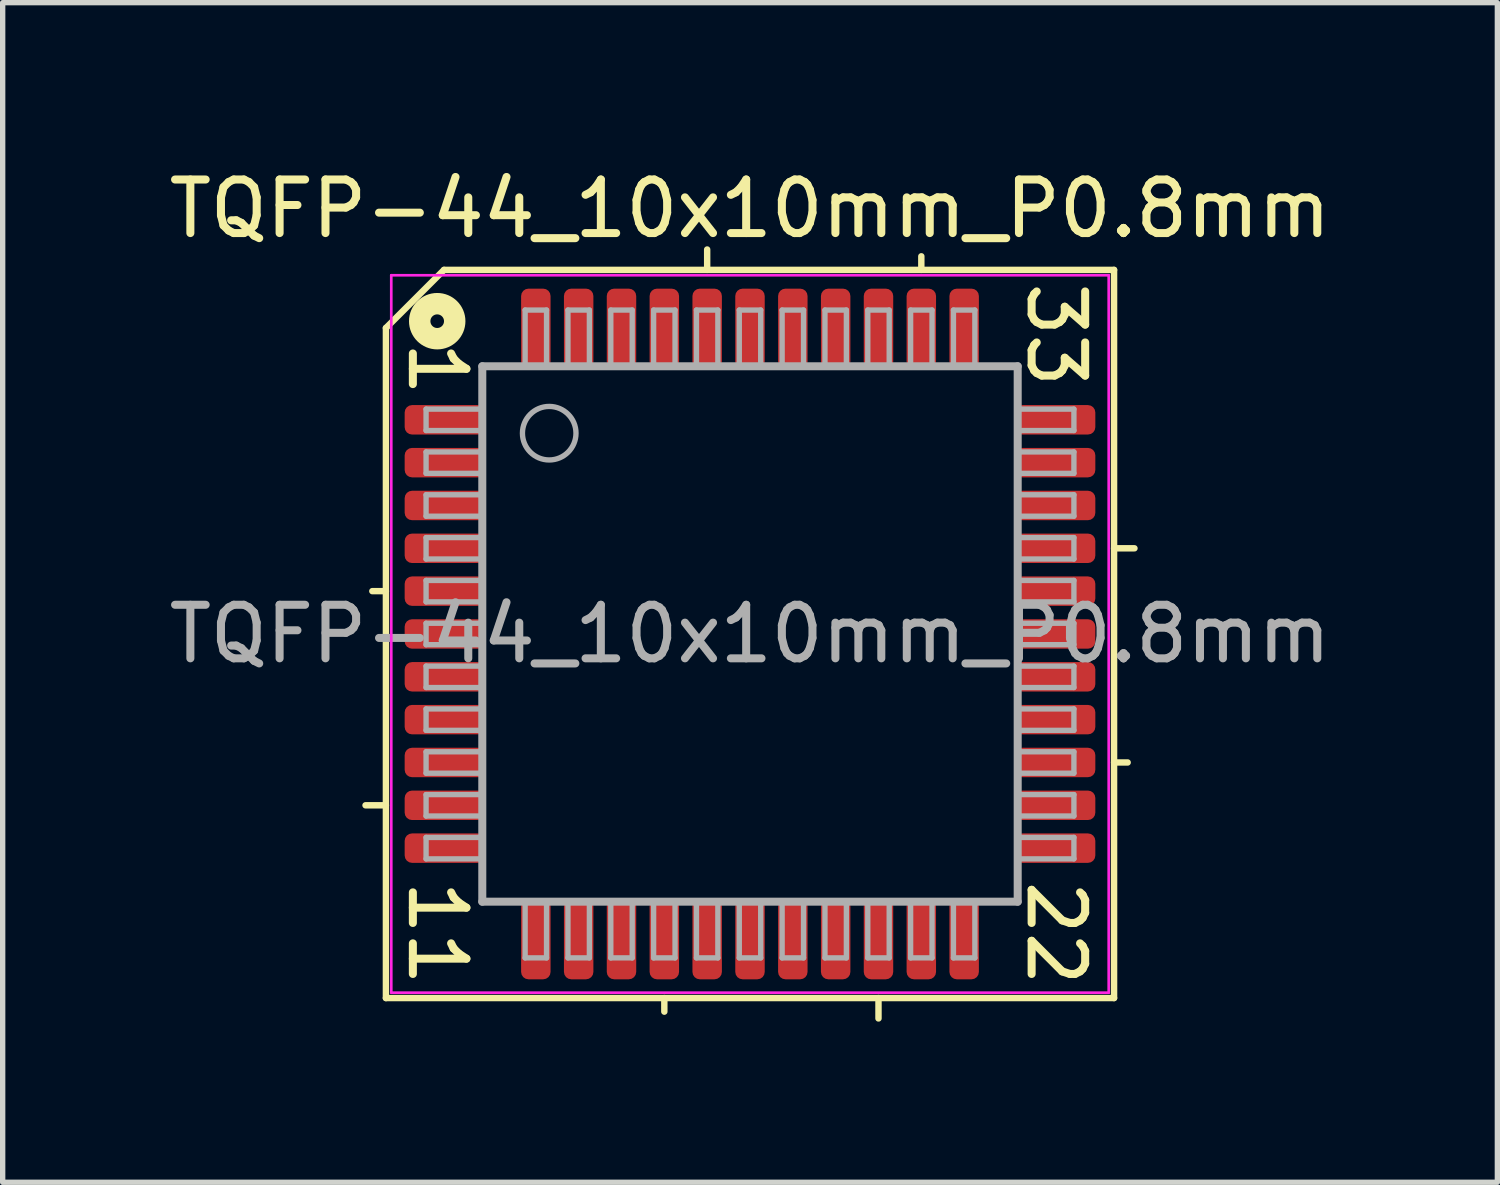
<source format=kicad_pcb>
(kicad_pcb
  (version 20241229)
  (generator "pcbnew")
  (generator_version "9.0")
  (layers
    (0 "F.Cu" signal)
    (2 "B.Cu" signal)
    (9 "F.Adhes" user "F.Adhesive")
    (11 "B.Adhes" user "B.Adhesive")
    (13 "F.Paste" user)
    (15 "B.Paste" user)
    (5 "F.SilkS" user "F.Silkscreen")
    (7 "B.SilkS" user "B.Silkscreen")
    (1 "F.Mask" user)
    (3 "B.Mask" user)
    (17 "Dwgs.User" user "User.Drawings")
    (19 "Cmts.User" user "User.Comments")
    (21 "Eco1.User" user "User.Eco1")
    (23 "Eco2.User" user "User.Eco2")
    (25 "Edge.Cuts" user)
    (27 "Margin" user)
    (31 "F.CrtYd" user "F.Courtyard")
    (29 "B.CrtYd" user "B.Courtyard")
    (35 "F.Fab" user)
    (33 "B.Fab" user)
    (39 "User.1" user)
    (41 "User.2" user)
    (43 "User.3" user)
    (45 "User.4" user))
  (footprint "TQFP-44_10x10mm_P0.8mm"
    (layer "F.Cu")
    (at 10.958 8.791)
    (property "Reference" "TQFP-44_10x10mm_P0.8mm" (at 0 -7.943 0) (layer "F.SilkS") (effects (font (size 1 1) (thickness 0.15))))
    (attr smd)
    (fp_line (start -6.8 -5.715) (end -6.8 6.8) (stroke (width 0.12) (type solid)) (layer "F.SilkS"))
    (fp_line (start -6.8 -0.8) (end -7.054 -0.8) (stroke (width 0.12) (type solid)) (layer "F.SilkS"))
    (fp_line (start -6.8 3.2) (end -7.181 3.2) (stroke (width 0.12) (type solid)) (layer "F.SilkS"))
    (fp_line (start -6.8 6.8) (end 6.8 6.8) (stroke (width 0.12) (type solid)) (layer "F.SilkS"))
    (fp_line (start -5.715 -6.8) (end -6.8 -5.715) (stroke (width 0.12) (type solid)) (layer "F.SilkS"))
    (fp_line (start -1.6 6.8) (end -1.6 7.054) (stroke (width 0.12) (type solid)) (layer "F.SilkS"))
    (fp_line (start -0.8 -6.8) (end -0.8 -7.181) (stroke (width 0.12) (type solid)) (layer "F.SilkS"))
    (fp_line (start 2.4 6.8) (end 2.4 7.181) (stroke (width 0.12) (type solid)) (layer "F.SilkS"))
    (fp_line (start 3.2 -6.8) (end 3.2 -7.054) (stroke (width 0.12) (type solid)) (layer "F.SilkS"))
    (fp_line (start 6.8 -6.8) (end -5.715 -6.8) (stroke (width 0.12) (type solid)) (layer "F.SilkS"))
    (fp_line (start 6.8 -1.6) (end 7.181 -1.6) (stroke (width 0.12) (type solid)) (layer "F.SilkS"))
    (fp_line (start 6.8 2.4) (end 7.054 2.4) (stroke (width 0.12) (type solid)) (layer "F.SilkS"))
    (fp_line (start 6.8 6.8) (end 6.8 -6.8) (stroke (width 0.12) (type solid)) (layer "F.SilkS"))
    (fp_circle (center -5.842 -5.842) (end -5.715 -5.842) (stroke (width 0.4) (type solid)) (fill no) (layer "F.SilkS"))
    (fp_line (start -6.7 -6.7) (end -6.7 6.7) (stroke (width 0.05) (type solid)) (layer "F.CrtYd"))
    (fp_line (start -6.7 -6.7) (end 6.7 -6.7) (stroke (width 0.05) (type solid)) (layer "F.CrtYd"))
    (fp_line (start -6.7 6.7) (end 6.7 6.7) (stroke (width 0.05) (type solid)) (layer "F.CrtYd"))
    (fp_line (start 6.7 -6.7) (end 6.7 6.7) (stroke (width 0.05) (type solid)) (layer "F.CrtYd"))
    (fp_line (start -6.05 -4.2) (end -6.05 -3.8) (stroke (width 0.1) (type solid)) (layer "F.Fab"))
    (fp_line (start -6.05 -4.2) (end -5 -4.2) (stroke (width 0.1) (type solid)) (layer "F.Fab"))
    (fp_line (start -6.05 -3.8) (end -5 -3.8) (stroke (width 0.1) (type solid)) (layer "F.Fab"))
    (fp_line (start -6.05 -3.4) (end -6.05 -3) (stroke (width 0.1) (type solid)) (layer "F.Fab"))
    (fp_line (start -6.05 -3.4) (end -5 -3.4) (stroke (width 0.1) (type solid)) (layer "F.Fab"))
    (fp_line (start -6.05 -3) (end -5 -3) (stroke (width 0.1) (type solid)) (layer "F.Fab"))
    (fp_line (start -6.05 -2.6) (end -6.05 -2.2) (stroke (width 0.1) (type solid)) (layer "F.Fab"))
    (fp_line (start -6.05 -2.6) (end -5 -2.6) (stroke (width 0.1) (type solid)) (layer "F.Fab"))
    (fp_line (start -6.05 -2.2) (end -5 -2.2) (stroke (width 0.1) (type solid)) (layer "F.Fab"))
    (fp_line (start -6.05 -1.8) (end -6.05 -1.4) (stroke (width 0.1) (type solid)) (layer "F.Fab"))
    (fp_line (start -6.05 -1.8) (end -5 -1.8) (stroke (width 0.1) (type solid)) (layer "F.Fab"))
    (fp_line (start -6.05 -1.4) (end -5 -1.4) (stroke (width 0.1) (type solid)) (layer "F.Fab"))
    (fp_line (start -6.05 -1) (end -6.05 -0.6) (stroke (width 0.1) (type solid)) (layer "F.Fab"))
    (fp_line (start -6.05 -1) (end -5 -1) (stroke (width 0.1) (type solid)) (layer "F.Fab"))
    (fp_line (start -6.05 -0.6) (end -5 -0.6) (stroke (width 0.1) (type solid)) (layer "F.Fab"))
    (fp_line (start -6.05 -0.2) (end -6.05 0.2) (stroke (width 0.1) (type solid)) (layer "F.Fab"))
    (fp_line (start -6.05 -0.2) (end -5 -0.2) (stroke (width 0.1) (type solid)) (layer "F.Fab"))
    (fp_line (start -6.05 0.2) (end -5 0.2) (stroke (width 0.1) (type solid)) (layer "F.Fab"))
    (fp_line (start -6.05 0.6) (end -6.05 1) (stroke (width 0.1) (type solid)) (layer "F.Fab"))
    (fp_line (start -6.05 0.6) (end -5 0.6) (stroke (width 0.1) (type solid)) (layer "F.Fab"))
    (fp_line (start -6.05 1) (end -5 1) (stroke (width 0.1) (type solid)) (layer "F.Fab"))
    (fp_line (start -6.05 1.4) (end -6.05 1.8) (stroke (width 0.1) (type solid)) (layer "F.Fab"))
    (fp_line (start -6.05 1.4) (end -5 1.4) (stroke (width 0.1) (type solid)) (layer "F.Fab"))
    (fp_line (start -6.05 1.8) (end -5 1.8) (stroke (width 0.1) (type solid)) (layer "F.Fab"))
    (fp_line (start -6.05 2.2) (end -6.05 2.6) (stroke (width 0.1) (type solid)) (layer "F.Fab"))
    (fp_line (start -6.05 2.2) (end -5 2.2) (stroke (width 0.1) (type solid)) (layer "F.Fab"))
    (fp_line (start -6.05 2.6) (end -5 2.6) (stroke (width 0.1) (type solid)) (layer "F.Fab"))
    (fp_line (start -6.05 3) (end -6.05 3.4) (stroke (width 0.1) (type solid)) (layer "F.Fab"))
    (fp_line (start -6.05 3) (end -5 3) (stroke (width 0.1) (type solid)) (layer "F.Fab"))
    (fp_line (start -6.05 3.4) (end -5 3.4) (stroke (width 0.1) (type solid)) (layer "F.Fab"))
    (fp_line (start -6.05 3.8) (end -6.05 4.2) (stroke (width 0.1) (type solid)) (layer "F.Fab"))
    (fp_line (start -6.05 3.8) (end -5 3.8) (stroke (width 0.1) (type solid)) (layer "F.Fab"))
    (fp_line (start -6.05 4.2) (end -5 4.2) (stroke (width 0.1) (type solid)) (layer "F.Fab"))
    (fp_line (start -5 -5) (end 5 -5) (stroke (width 0.15) (type solid)) (layer "F.Fab"))
    (fp_line (start -5 5) (end -5 -5) (stroke (width 0.15) (type solid)) (layer "F.Fab"))
    (fp_line (start -4.2 -6.05) (end -4.2 -5) (stroke (width 0.1) (type solid)) (layer "F.Fab"))
    (fp_line (start -4.2 6.05) (end -4.2 5) (stroke (width 0.1) (type solid)) (layer "F.Fab"))
    (fp_line (start -4.2 6.05) (end -3.8 6.05) (stroke (width 0.1) (type solid)) (layer "F.Fab"))
    (fp_line (start -3.8 -6.05) (end -4.2 -6.05) (stroke (width 0.1) (type solid)) (layer "F.Fab"))
    (fp_line (start -3.8 -6.05) (end -3.8 -5) (stroke (width 0.1) (type solid)) (layer "F.Fab"))
    (fp_line (start -3.8 6.05) (end -3.8 5) (stroke (width 0.1) (type solid)) (layer "F.Fab"))
    (fp_line (start -3.4 -6.05) (end -3.4 -5) (stroke (width 0.1) (type solid)) (layer "F.Fab"))
    (fp_line (start -3.4 6.05) (end -3.4 5) (stroke (width 0.1) (type solid)) (layer "F.Fab"))
    (fp_line (start -3.4 6.05) (end -3 6.05) (stroke (width 0.1) (type solid)) (layer "F.Fab"))
    (fp_line (start -3 -6.05) (end -3.4 -6.05) (stroke (width 0.1) (type solid)) (layer "F.Fab"))
    (fp_line (start -3 -6.05) (end -3 -5) (stroke (width 0.1) (type solid)) (layer "F.Fab"))
    (fp_line (start -3 6.05) (end -3 5) (stroke (width 0.1) (type solid)) (layer "F.Fab"))
    (fp_line (start -2.6 -6.05) (end -2.6 -5) (stroke (width 0.1) (type solid)) (layer "F.Fab"))
    (fp_line (start -2.6 6.05) (end -2.6 5) (stroke (width 0.1) (type solid)) (layer "F.Fab"))
    (fp_line (start -2.6 6.05) (end -2.2 6.05) (stroke (width 0.1) (type solid)) (layer "F.Fab"))
    (fp_line (start -2.2 -6.05) (end -2.6 -6.05) (stroke (width 0.1) (type solid)) (layer "F.Fab"))
    (fp_line (start -2.2 -6.05) (end -2.2 -5) (stroke (width 0.1) (type solid)) (layer "F.Fab"))
    (fp_line (start -2.2 6.05) (end -2.2 5) (stroke (width 0.1) (type solid)) (layer "F.Fab"))
    (fp_line (start -1.8 -6.05) (end -1.8 -5) (stroke (width 0.1) (type solid)) (layer "F.Fab"))
    (fp_line (start -1.8 6.05) (end -1.8 5) (stroke (width 0.1) (type solid)) (layer "F.Fab"))
    (fp_line (start -1.8 6.05) (end -1.4 6.05) (stroke (width 0.1) (type solid)) (layer "F.Fab"))
    (fp_line (start -1.4 -6.05) (end -1.8 -6.05) (stroke (width 0.1) (type solid)) (layer "F.Fab"))
    (fp_line (start -1.4 -6.05) (end -1.4 -5) (stroke (width 0.1) (type solid)) (layer "F.Fab"))
    (fp_line (start -1.4 6.05) (end -1.4 5) (stroke (width 0.1) (type solid)) (layer "F.Fab"))
    (fp_line (start -1 -6.05) (end -1 -5) (stroke (width 0.1) (type solid)) (layer "F.Fab"))
    (fp_line (start -1 6.05) (end -1 5) (stroke (width 0.1) (type solid)) (layer "F.Fab"))
    (fp_line (start -1 6.05) (end -0.6 6.05) (stroke (width 0.1) (type solid)) (layer "F.Fab"))
    (fp_line (start -0.6 -6.05) (end -1 -6.05) (stroke (width 0.1) (type solid)) (layer "F.Fab"))
    (fp_line (start -0.6 -6.05) (end -0.6 -5) (stroke (width 0.1) (type solid)) (layer "F.Fab"))
    (fp_line (start -0.6 6.05) (end -0.6 5) (stroke (width 0.1) (type solid)) (layer "F.Fab"))
    (fp_line (start -0.2 -6.05) (end -0.2 -5) (stroke (width 0.1) (type solid)) (layer "F.Fab"))
    (fp_line (start -0.2 6.05) (end -0.2 5) (stroke (width 0.1) (type solid)) (layer "F.Fab"))
    (fp_line (start -0.2 6.05) (end 0.2 6.05) (stroke (width 0.1) (type solid)) (layer "F.Fab"))
    (fp_line (start 0.2 -6.05) (end -0.2 -6.05) (stroke (width 0.1) (type solid)) (layer "F.Fab"))
    (fp_line (start 0.2 -6.05) (end 0.2 -5) (stroke (width 0.1) (type solid)) (layer "F.Fab"))
    (fp_line (start 0.2 6.05) (end 0.2 5) (stroke (width 0.1) (type solid)) (layer "F.Fab"))
    (fp_line (start 0.6 -6.05) (end 0.6 -5) (stroke (width 0.1) (type solid)) (layer "F.Fab"))
    (fp_line (start 0.6 6.05) (end 0.6 5) (stroke (width 0.1) (type solid)) (layer "F.Fab"))
    (fp_line (start 0.6 6.05) (end 1 6.05) (stroke (width 0.1) (type solid)) (layer "F.Fab"))
    (fp_line (start 1 -6.05) (end 0.6 -6.05) (stroke (width 0.1) (type solid)) (layer "F.Fab"))
    (fp_line (start 1 -6.05) (end 1 -5) (stroke (width 0.1) (type solid)) (layer "F.Fab"))
    (fp_line (start 1 6.05) (end 1 5) (stroke (width 0.1) (type solid)) (layer "F.Fab"))
    (fp_line (start 1.4 -6.05) (end 1.4 -5) (stroke (width 0.1) (type solid)) (layer "F.Fab"))
    (fp_line (start 1.4 6.05) (end 1.4 5) (stroke (width 0.1) (type solid)) (layer "F.Fab"))
    (fp_line (start 1.4 6.05) (end 1.8 6.05) (stroke (width 0.1) (type solid)) (layer "F.Fab"))
    (fp_line (start 1.8 -6.05) (end 1.4 -6.05) (stroke (width 0.1) (type solid)) (layer "F.Fab"))
    (fp_line (start 1.8 -6.05) (end 1.8 -5) (stroke (width 0.1) (type solid)) (layer "F.Fab"))
    (fp_line (start 1.8 6.05) (end 1.8 5) (stroke (width 0.1) (type solid)) (layer "F.Fab"))
    (fp_line (start 2.2 -6.05) (end 2.2 -5) (stroke (width 0.1) (type solid)) (layer "F.Fab"))
    (fp_line (start 2.2 6.05) (end 2.2 5) (stroke (width 0.1) (type solid)) (layer "F.Fab"))
    (fp_line (start 2.2 6.05) (end 2.6 6.05) (stroke (width 0.1) (type solid)) (layer "F.Fab"))
    (fp_line (start 2.6 -6.05) (end 2.2 -6.05) (stroke (width 0.1) (type solid)) (layer "F.Fab"))
    (fp_line (start 2.6 -6.05) (end 2.6 -5) (stroke (width 0.1) (type solid)) (layer "F.Fab"))
    (fp_line (start 2.6 6.05) (end 2.6 5) (stroke (width 0.1) (type solid)) (layer "F.Fab"))
    (fp_line (start 3 -6.05) (end 3 -5) (stroke (width 0.1) (type solid)) (layer "F.Fab"))
    (fp_line (start 3 6.05) (end 3 5) (stroke (width 0.1) (type solid)) (layer "F.Fab"))
    (fp_line (start 3 6.05) (end 3.4 6.05) (stroke (width 0.1) (type solid)) (layer "F.Fab"))
    (fp_line (start 3.4 -6.05) (end 3 -6.05) (stroke (width 0.1) (type solid)) (layer "F.Fab"))
    (fp_line (start 3.4 -6.05) (end 3.4 -5) (stroke (width 0.1) (type solid)) (layer "F.Fab"))
    (fp_line (start 3.4 6.05) (end 3.4 5) (stroke (width 0.1) (type solid)) (layer "F.Fab"))
    (fp_line (start 3.8 -6.05) (end 3.8 -5) (stroke (width 0.1) (type solid)) (layer "F.Fab"))
    (fp_line (start 3.8 6.05) (end 3.8 5) (stroke (width 0.1) (type solid)) (layer "F.Fab"))
    (fp_line (start 3.8 6.05) (end 4.2 6.05) (stroke (width 0.1) (type solid)) (layer "F.Fab"))
    (fp_line (start 4.2 -6.05) (end 3.8 -6.05) (stroke (width 0.1) (type solid)) (layer "F.Fab"))
    (fp_line (start 4.2 -6.05) (end 4.2 -5) (stroke (width 0.1) (type solid)) (layer "F.Fab"))
    (fp_line (start 4.2 6.05) (end 4.2 5) (stroke (width 0.1) (type solid)) (layer "F.Fab"))
    (fp_line (start 5 -5) (end 5 5) (stroke (width 0.15) (type solid)) (layer "F.Fab"))
    (fp_line (start 5 5) (end -5 5) (stroke (width 0.15) (type solid)) (layer "F.Fab"))
    (fp_line (start 6.05 -4.2) (end 5 -4.2) (stroke (width 0.1) (type solid)) (layer "F.Fab"))
    (fp_line (start 6.05 -3.8) (end 5 -3.8) (stroke (width 0.1) (type solid)) (layer "F.Fab"))
    (fp_line (start 6.05 -3.8) (end 6.05 -4.2) (stroke (width 0.1) (type solid)) (layer "F.Fab"))
    (fp_line (start 6.05 -3.4) (end 5 -3.4) (stroke (width 0.1) (type solid)) (layer "F.Fab"))
    (fp_line (start 6.05 -3) (end 5 -3) (stroke (width 0.1) (type solid)) (layer "F.Fab"))
    (fp_line (start 6.05 -3) (end 6.05 -3.4) (stroke (width 0.1) (type solid)) (layer "F.Fab"))
    (fp_line (start 6.05 -2.6) (end 5 -2.6) (stroke (width 0.1) (type solid)) (layer "F.Fab"))
    (fp_line (start 6.05 -2.2) (end 5 -2.2) (stroke (width 0.1) (type solid)) (layer "F.Fab"))
    (fp_line (start 6.05 -2.2) (end 6.05 -2.6) (stroke (width 0.1) (type solid)) (layer "F.Fab"))
    (fp_line (start 6.05 -1.8) (end 5 -1.8) (stroke (width 0.1) (type solid)) (layer "F.Fab"))
    (fp_line (start 6.05 -1.4) (end 5 -1.4) (stroke (width 0.1) (type solid)) (layer "F.Fab"))
    (fp_line (start 6.05 -1.4) (end 6.05 -1.8) (stroke (width 0.1) (type solid)) (layer "F.Fab"))
    (fp_line (start 6.05 -1) (end 5 -1) (stroke (width 0.1) (type solid)) (layer "F.Fab"))
    (fp_line (start 6.05 -0.6) (end 5 -0.6) (stroke (width 0.1) (type solid)) (layer "F.Fab"))
    (fp_line (start 6.05 -0.6) (end 6.05 -1) (stroke (width 0.1) (type solid)) (layer "F.Fab"))
    (fp_line (start 6.05 -0.2) (end 5 -0.2) (stroke (width 0.1) (type solid)) (layer "F.Fab"))
    (fp_line (start 6.05 0.2) (end 5 0.2) (stroke (width 0.1) (type solid)) (layer "F.Fab"))
    (fp_line (start 6.05 0.2) (end 6.05 -0.2) (stroke (width 0.1) (type solid)) (layer "F.Fab"))
    (fp_line (start 6.05 0.6) (end 5 0.6) (stroke (width 0.1) (type solid)) (layer "F.Fab"))
    (fp_line (start 6.05 1) (end 5 1) (stroke (width 0.1) (type solid)) (layer "F.Fab"))
    (fp_line (start 6.05 1) (end 6.05 0.6) (stroke (width 0.1) (type solid)) (layer "F.Fab"))
    (fp_line (start 6.05 1.4) (end 5 1.4) (stroke (width 0.1) (type solid)) (layer "F.Fab"))
    (fp_line (start 6.05 1.8) (end 5 1.8) (stroke (width 0.1) (type solid)) (layer "F.Fab"))
    (fp_line (start 6.05 1.8) (end 6.05 1.4) (stroke (width 0.1) (type solid)) (layer "F.Fab"))
    (fp_line (start 6.05 2.2) (end 5 2.2) (stroke (width 0.1) (type solid)) (layer "F.Fab"))
    (fp_line (start 6.05 2.6) (end 5 2.6) (stroke (width 0.1) (type solid)) (layer "F.Fab"))
    (fp_line (start 6.05 2.6) (end 6.05 2.2) (stroke (width 0.1) (type solid)) (layer "F.Fab"))
    (fp_line (start 6.05 3) (end 5 3) (stroke (width 0.1) (type solid)) (layer "F.Fab"))
    (fp_line (start 6.05 3.4) (end 5 3.4) (stroke (width 0.1) (type solid)) (layer "F.Fab"))
    (fp_line (start 6.05 3.4) (end 6.05 3) (stroke (width 0.1) (type solid)) (layer "F.Fab"))
    (fp_line (start 6.05 3.8) (end 5 3.8) (stroke (width 0.1) (type solid)) (layer "F.Fab"))
    (fp_line (start 6.05 4.2) (end 5 4.2) (stroke (width 0.1) (type solid)) (layer "F.Fab"))
    (fp_line (start 6.05 4.2) (end 6.05 3.8) (stroke (width 0.1) (type solid)) (layer "F.Fab"))
    (fp_circle (center -3.75 -3.75) (end -3.25 -3.75) (stroke (width 0.1) (type solid)) (fill no) (layer "F.Fab"))
    (fp_text user "1" (at -5.842 -4.953 270) (unlocked yes) (layer "F.SilkS") (effects (font (size 1 1) (thickness 0.15))))
    (fp_text user "33" (at 5.715 -5.588 270) (unlocked yes) (layer "F.SilkS") (effects (font (size 1 1) (thickness 0.15))))
    (fp_text user "22" (at 5.715 5.588 270) (unlocked yes) (layer "F.SilkS") (effects (font (size 1 1) (thickness 0.15))))
    (fp_text user "11" (at -5.842 5.588 270) (unlocked yes) (layer "F.SilkS") (effects (font (size 1 1) (thickness 0.15))))
    (fp_text user "${REFERENCE}" (at 0 0 0) (layer "F.Fab") (effects (font (size 1 1) (thickness 0.15))))
    (pad "1" smd roundrect (at -5.7 -4) (size 1.5 0.55) (layers "F.Cu" "F.Mask" "F.Paste") (roundrect_rratio 0.25))
    (pad "2" smd roundrect (at -5.7 -3.2) (size 1.5 0.55) (layers "F.Cu" "F.Mask" "F.Paste") (roundrect_rratio 0.25))
    (pad "3" smd roundrect (at -5.7 -2.4) (size 1.5 0.55) (layers "F.Cu" "F.Mask" "F.Paste") (roundrect_rratio 0.25))
    (pad "4" smd roundrect (at -5.7 -1.6) (size 1.5 0.55) (layers "F.Cu" "F.Mask" "F.Paste") (roundrect_rratio 0.25))
    (pad "5" smd roundrect (at -5.7 -0.8) (size 1.5 0.55) (layers "F.Cu" "F.Mask" "F.Paste") (roundrect_rratio 0.25))
    (pad "6" smd roundrect (at -5.7 0) (size 1.5 0.55) (layers "F.Cu" "F.Mask" "F.Paste") (roundrect_rratio 0.25))
    (pad "7" smd roundrect (at -5.7 0.8) (size 1.5 0.55) (layers "F.Cu" "F.Mask" "F.Paste") (roundrect_rratio 0.25))
    (pad "8" smd roundrect (at -5.7 1.6) (size 1.5 0.55) (layers "F.Cu" "F.Mask" "F.Paste") (roundrect_rratio 0.25))
    (pad "9" smd roundrect (at -5.7 2.4) (size 1.5 0.55) (layers "F.Cu" "F.Mask" "F.Paste") (roundrect_rratio 0.25))
    (pad "10" smd roundrect (at -5.7 3.2) (size 1.5 0.55) (layers "F.Cu" "F.Mask" "F.Paste") (roundrect_rratio 0.25))
    (pad "11" smd roundrect (at -5.7 4) (size 1.5 0.55) (layers "F.Cu" "F.Mask" "F.Paste") (roundrect_rratio 0.25))
    (pad "12" smd roundrect (at -4 5.7 90) (size 1.5 0.55) (layers "F.Cu" "F.Mask" "F.Paste") (roundrect_rratio 0.25))
    (pad "13" smd roundrect (at -3.2 5.7 90) (size 1.5 0.55) (layers "F.Cu" "F.Mask" "F.Paste") (roundrect_rratio 0.25))
    (pad "14" smd roundrect (at -2.4 5.7 90) (size 1.5 0.55) (layers "F.Cu" "F.Mask" "F.Paste") (roundrect_rratio 0.25))
    (pad "15" smd roundrect (at -1.6 5.7 90) (size 1.5 0.55) (layers "F.Cu" "F.Mask" "F.Paste") (roundrect_rratio 0.25))
    (pad "16" smd roundrect (at -0.8 5.7 90) (size 1.5 0.55) (layers "F.Cu" "F.Mask" "F.Paste") (roundrect_rratio 0.25))
    (pad "17" smd roundrect (at 0 5.7 90) (size 1.5 0.55) (layers "F.Cu" "F.Mask" "F.Paste") (roundrect_rratio 0.25))
    (pad "18" smd roundrect (at 0.8 5.7 90) (size 1.5 0.55) (layers "F.Cu" "F.Mask" "F.Paste") (roundrect_rratio 0.25))
    (pad "19" smd roundrect (at 1.6 5.7 90) (size 1.5 0.55) (layers "F.Cu" "F.Mask" "F.Paste") (roundrect_rratio 0.25))
    (pad "20" smd roundrect (at 2.4 5.7 90) (size 1.5 0.55) (layers "F.Cu" "F.Mask" "F.Paste") (roundrect_rratio 0.25))
    (pad "21" smd roundrect (at 3.2 5.7 90) (size 1.5 0.55) (layers "F.Cu" "F.Mask" "F.Paste") (roundrect_rratio 0.25))
    (pad "22" smd roundrect (at 4 5.7 90) (size 1.5 0.55) (layers "F.Cu" "F.Mask" "F.Paste") (roundrect_rratio 0.25))
    (pad "23" smd roundrect (at 5.7 4) (size 1.5 0.55) (layers "F.Cu" "F.Mask" "F.Paste") (roundrect_rratio 0.25))
    (pad "24" smd roundrect (at 5.7 3.2) (size 1.5 0.55) (layers "F.Cu" "F.Mask" "F.Paste") (roundrect_rratio 0.25))
    (pad "25" smd roundrect (at 5.7 2.4) (size 1.5 0.55) (layers "F.Cu" "F.Mask" "F.Paste") (roundrect_rratio 0.25))
    (pad "26" smd roundrect (at 5.7 1.6) (size 1.5 0.55) (layers "F.Cu" "F.Mask" "F.Paste") (roundrect_rratio 0.25))
    (pad "27" smd roundrect (at 5.7 0.8) (size 1.5 0.55) (layers "F.Cu" "F.Mask" "F.Paste") (roundrect_rratio 0.25))
    (pad "28" smd roundrect (at 5.7 0) (size 1.5 0.55) (layers "F.Cu" "F.Mask" "F.Paste") (roundrect_rratio 0.25))
    (pad "29" smd roundrect (at 5.7 -0.8) (size 1.5 0.55) (layers "F.Cu" "F.Mask" "F.Paste") (roundrect_rratio 0.25))
    (pad "30" smd roundrect (at 5.7 -1.6) (size 1.5 0.55) (layers "F.Cu" "F.Mask" "F.Paste") (roundrect_rratio 0.25))
    (pad "31" smd roundrect (at 5.7 -2.4) (size 1.5 0.55) (layers "F.Cu" "F.Mask" "F.Paste") (roundrect_rratio 0.25))
    (pad "32" smd roundrect (at 5.7 -3.2) (size 1.5 0.55) (layers "F.Cu" "F.Mask" "F.Paste") (roundrect_rratio 0.25))
    (pad "33" smd roundrect (at 5.7 -4) (size 1.5 0.55) (layers "F.Cu" "F.Mask" "F.Paste") (roundrect_rratio 0.25))
    (pad "34" smd roundrect (at 4 -5.7 90) (size 1.5 0.55) (layers "F.Cu" "F.Mask" "F.Paste") (roundrect_rratio 0.25))
    (pad "35" smd roundrect (at 3.2 -5.7 90) (size 1.5 0.55) (layers "F.Cu" "F.Mask" "F.Paste") (roundrect_rratio 0.25))
    (pad "36" smd roundrect (at 2.4 -5.7 90) (size 1.5 0.55) (layers "F.Cu" "F.Mask" "F.Paste") (roundrect_rratio 0.25))
    (pad "37" smd roundrect (at 1.6 -5.7 90) (size 1.5 0.55) (layers "F.Cu" "F.Mask" "F.Paste") (roundrect_rratio 0.25))
    (pad "38" smd roundrect (at 0.8 -5.7 90) (size 1.5 0.55) (layers "F.Cu" "F.Mask" "F.Paste") (roundrect_rratio 0.25))
    (pad "39" smd roundrect (at 0 -5.7 90) (size 1.5 0.55) (layers "F.Cu" "F.Mask" "F.Paste") (roundrect_rratio 0.25))
    (pad "40" smd roundrect (at -0.8 -5.7 90) (size 1.5 0.55) (layers "F.Cu" "F.Mask" "F.Paste") (roundrect_rratio 0.25))
    (pad "41" smd roundrect (at -1.6 -5.7 90) (size 1.5 0.55) (layers "F.Cu" "F.Mask" "F.Paste") (roundrect_rratio 0.25))
    (pad "42" smd roundrect (at -2.4 -5.7 90) (size 1.5 0.55) (layers "F.Cu" "F.Mask" "F.Paste") (roundrect_rratio 0.25))
    (pad "43" smd roundrect (at -3.2 -5.7 90) (size 1.5 0.55) (layers "F.Cu" "F.Mask" "F.Paste") (roundrect_rratio 0.25))
    (pad "44" smd roundrect (at -4 -5.7 90) (size 1.5 0.55) (layers "F.Cu" "F.Mask" "F.Paste") (roundrect_rratio 0.25)))
  (gr_rect
    (start -3 -3)
    (end 24.917 19.032)
    (stroke (width 0.1) (type default))
    (fill no)
    (layer "Edge.Cuts")))
</source>
